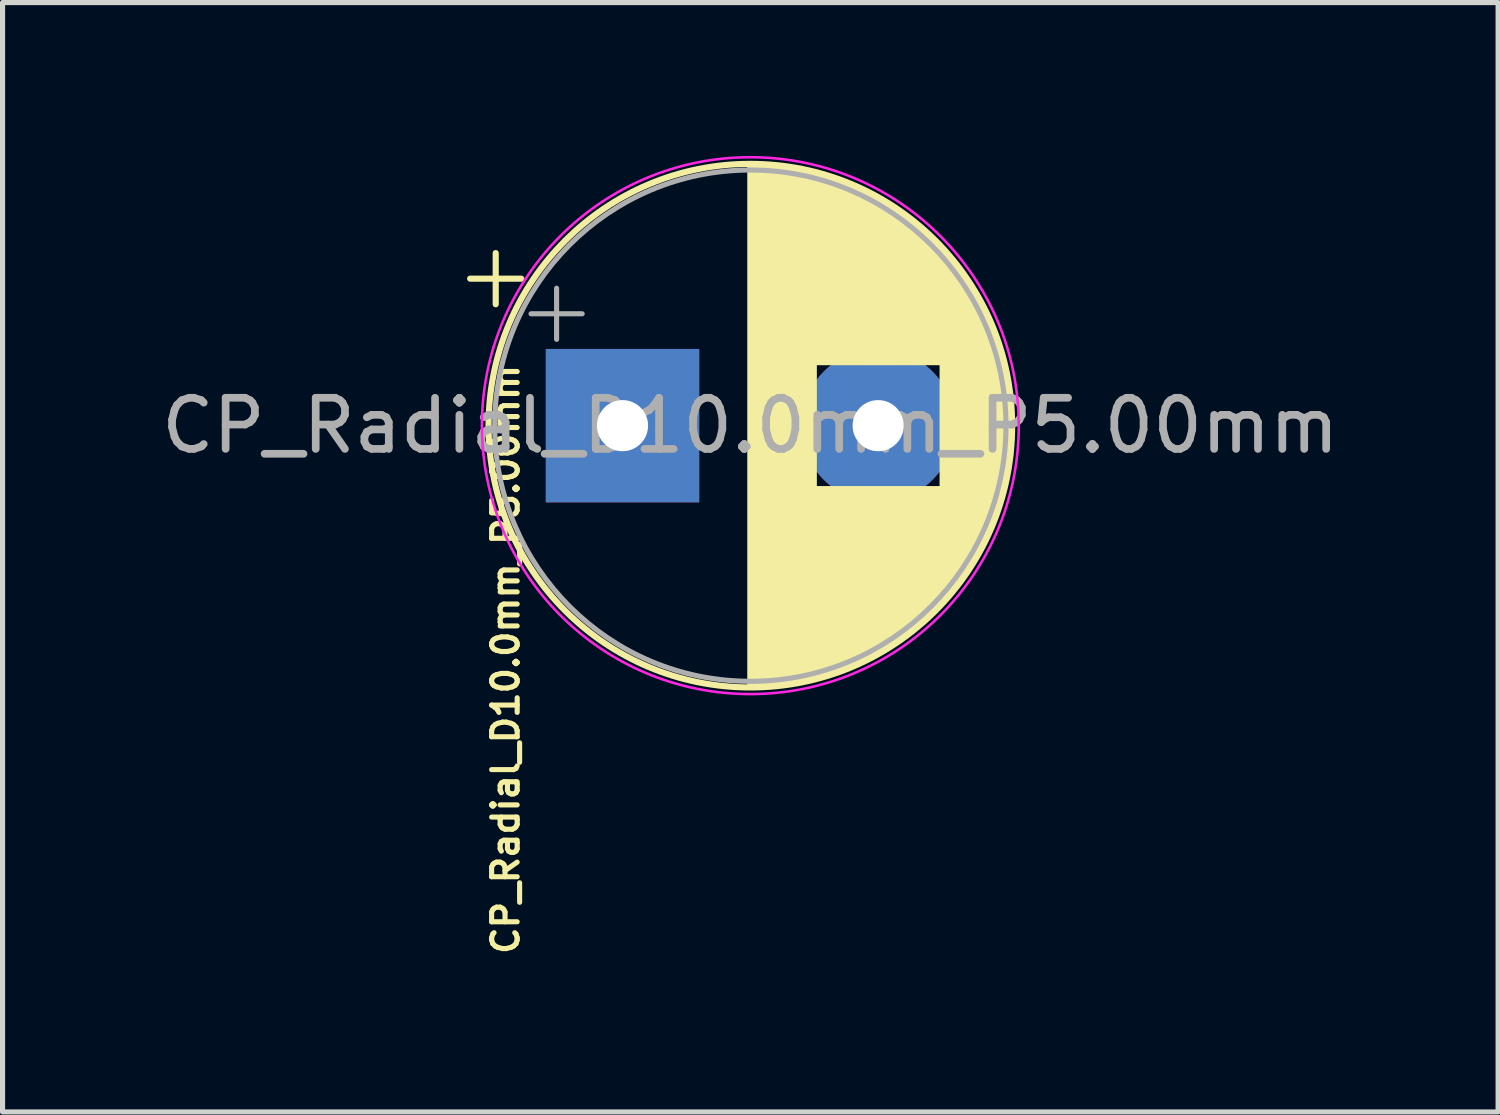
<source format=kicad_pcb>
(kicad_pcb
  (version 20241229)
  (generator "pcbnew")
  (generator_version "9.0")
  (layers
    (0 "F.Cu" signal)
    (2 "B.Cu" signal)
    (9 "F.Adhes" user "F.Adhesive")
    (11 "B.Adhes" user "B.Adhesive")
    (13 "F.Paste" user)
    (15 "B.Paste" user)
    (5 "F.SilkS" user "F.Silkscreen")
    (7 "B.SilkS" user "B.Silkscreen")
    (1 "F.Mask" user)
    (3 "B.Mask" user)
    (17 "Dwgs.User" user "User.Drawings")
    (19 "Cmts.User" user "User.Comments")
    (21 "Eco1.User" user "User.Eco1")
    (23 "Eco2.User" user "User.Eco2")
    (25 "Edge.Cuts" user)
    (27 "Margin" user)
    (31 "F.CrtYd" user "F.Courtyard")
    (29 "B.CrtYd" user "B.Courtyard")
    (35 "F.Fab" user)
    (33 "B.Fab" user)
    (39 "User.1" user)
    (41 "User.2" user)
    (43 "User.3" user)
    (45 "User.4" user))
  (footprint "CP_Radial_D10.0mm_P5.00mm"
    (layer "F.Cu")
    (at 9.125 5.275)
    (property "Reference" "CP_Radial_D10.0mm_P5.00mm" (at -2.286 4.572 90) (layer "F.SilkS") (effects (font (size 0.5 0.5) (thickness 0.1))))
    (attr through_hole)
    (fp_line (start -2.98 -2.875) (end -1.98 -2.875) (stroke (width 0.12) (type solid)) (layer "F.SilkS"))
    (fp_line (start -2.48 -3.375) (end -2.48 -2.375) (stroke (width 0.12) (type solid)) (layer "F.SilkS"))
    (fp_line (start 2.5 -5.08) (end 2.5 5.08) (stroke (width 0.12) (type solid)) (layer "F.SilkS"))
    (fp_line (start 2.54 -5.08) (end 2.54 5.08) (stroke (width 0.12) (type solid)) (layer "F.SilkS"))
    (fp_line (start 2.58 -5.08) (end 2.58 5.08) (stroke (width 0.12) (type solid)) (layer "F.SilkS"))
    (fp_line (start 2.62 -5.079) (end 2.62 5.079) (stroke (width 0.12) (type solid)) (layer "F.SilkS"))
    (fp_line (start 2.66 -5.078) (end 2.66 5.078) (stroke (width 0.12) (type solid)) (layer "F.SilkS"))
    (fp_line (start 2.7 -5.077) (end 2.7 5.077) (stroke (width 0.12) (type solid)) (layer "F.SilkS"))
    (fp_line (start 2.74 -5.075) (end 2.74 5.075) (stroke (width 0.12) (type solid)) (layer "F.SilkS"))
    (fp_line (start 2.78 -5.073) (end 2.78 5.073) (stroke (width 0.12) (type solid)) (layer "F.SilkS"))
    (fp_line (start 2.82 -5.07) (end 2.82 5.07) (stroke (width 0.12) (type solid)) (layer "F.SilkS"))
    (fp_line (start 2.86 -5.068) (end 2.86 5.068) (stroke (width 0.12) (type solid)) (layer "F.SilkS"))
    (fp_line (start 2.9 -5.065) (end 2.9 5.065) (stroke (width 0.12) (type solid)) (layer "F.SilkS"))
    (fp_line (start 2.94 -5.062) (end 2.94 5.062) (stroke (width 0.12) (type solid)) (layer "F.SilkS"))
    (fp_line (start 2.98 -5.058) (end 2.98 5.058) (stroke (width 0.12) (type solid)) (layer "F.SilkS"))
    (fp_line (start 3.02 -5.054) (end 3.02 5.054) (stroke (width 0.12) (type solid)) (layer "F.SilkS"))
    (fp_line (start 3.06 -5.05) (end 3.06 5.05) (stroke (width 0.12) (type solid)) (layer "F.SilkS"))
    (fp_line (start 3.1 -5.045) (end 3.1 5.045) (stroke (width 0.12) (type solid)) (layer "F.SilkS"))
    (fp_line (start 3.14 -5.04) (end 3.14 5.04) (stroke (width 0.12) (type solid)) (layer "F.SilkS"))
    (fp_line (start 3.18 -5.035) (end 3.18 5.035) (stroke (width 0.12) (type solid)) (layer "F.SilkS"))
    (fp_line (start 3.221 -5.03) (end 3.221 5.03) (stroke (width 0.12) (type solid)) (layer "F.SilkS"))
    (fp_line (start 3.261 -5.024) (end 3.261 5.024) (stroke (width 0.12) (type solid)) (layer "F.SilkS"))
    (fp_line (start 3.301 -5.018) (end 3.301 5.018) (stroke (width 0.12) (type solid)) (layer "F.SilkS"))
    (fp_line (start 3.341 -5.011) (end 3.341 5.011) (stroke (width 0.12) (type solid)) (layer "F.SilkS"))
    (fp_line (start 3.381 -5.004) (end 3.381 5.004) (stroke (width 0.12) (type solid)) (layer "F.SilkS"))
    (fp_line (start 3.421 -4.997) (end 3.421 4.997) (stroke (width 0.12) (type solid)) (layer "F.SilkS"))
    (fp_line (start 3.461 -4.99) (end 3.461 4.99) (stroke (width 0.12) (type solid)) (layer "F.SilkS"))
    (fp_line (start 3.501 -4.982) (end 3.501 4.982) (stroke (width 0.12) (type solid)) (layer "F.SilkS"))
    (fp_line (start 3.541 -4.974) (end 3.541 4.974) (stroke (width 0.12) (type solid)) (layer "F.SilkS"))
    (fp_line (start 3.581 -4.965) (end 3.581 4.965) (stroke (width 0.12) (type solid)) (layer "F.SilkS"))
    (fp_line (start 3.621 -4.956) (end 3.621 4.956) (stroke (width 0.12) (type solid)) (layer "F.SilkS"))
    (fp_line (start 3.661 -4.947) (end 3.661 4.947) (stroke (width 0.12) (type solid)) (layer "F.SilkS"))
    (fp_line (start 3.701 -4.938) (end 3.701 4.938) (stroke (width 0.12) (type solid)) (layer "F.SilkS"))
    (fp_line (start 3.741 -4.928) (end 3.741 4.928) (stroke (width 0.12) (type solid)) (layer "F.SilkS"))
    (fp_line (start 3.781 -4.918) (end 3.781 -1.241) (stroke (width 0.12) (type solid)) (layer "F.SilkS"))
    (fp_line (start 3.781 1.241) (end 3.781 4.918) (stroke (width 0.12) (type solid)) (layer "F.SilkS"))
    (fp_line (start 3.821 -4.907) (end 3.821 -1.241) (stroke (width 0.12) (type solid)) (layer "F.SilkS"))
    (fp_line (start 3.821 1.241) (end 3.821 4.907) (stroke (width 0.12) (type solid)) (layer "F.SilkS"))
    (fp_line (start 3.861 -4.897) (end 3.861 -1.241) (stroke (width 0.12) (type solid)) (layer "F.SilkS"))
    (fp_line (start 3.861 1.241) (end 3.861 4.897) (stroke (width 0.12) (type solid)) (layer "F.SilkS"))
    (fp_line (start 3.901 -4.885) (end 3.901 -1.241) (stroke (width 0.12) (type solid)) (layer "F.SilkS"))
    (fp_line (start 3.901 1.241) (end 3.901 4.885) (stroke (width 0.12) (type solid)) (layer "F.SilkS"))
    (fp_line (start 3.941 -4.874) (end 3.941 -1.241) (stroke (width 0.12) (type solid)) (layer "F.SilkS"))
    (fp_line (start 3.941 1.241) (end 3.941 4.874) (stroke (width 0.12) (type solid)) (layer "F.SilkS"))
    (fp_line (start 3.981 -4.862) (end 3.981 -1.241) (stroke (width 0.12) (type solid)) (layer "F.SilkS"))
    (fp_line (start 3.981 1.241) (end 3.981 4.862) (stroke (width 0.12) (type solid)) (layer "F.SilkS"))
    (fp_line (start 4.021 -4.85) (end 4.021 -1.241) (stroke (width 0.12) (type solid)) (layer "F.SilkS"))
    (fp_line (start 4.021 1.241) (end 4.021 4.85) (stroke (width 0.12) (type solid)) (layer "F.SilkS"))
    (fp_line (start 4.061 -4.837) (end 4.061 -1.241) (stroke (width 0.12) (type solid)) (layer "F.SilkS"))
    (fp_line (start 4.061 1.241) (end 4.061 4.837) (stroke (width 0.12) (type solid)) (layer "F.SilkS"))
    (fp_line (start 4.101 -4.824) (end 4.101 -1.241) (stroke (width 0.12) (type solid)) (layer "F.SilkS"))
    (fp_line (start 4.101 1.241) (end 4.101 4.824) (stroke (width 0.12) (type solid)) (layer "F.SilkS"))
    (fp_line (start 4.141 -4.811) (end 4.141 -1.241) (stroke (width 0.12) (type solid)) (layer "F.SilkS"))
    (fp_line (start 4.141 1.241) (end 4.141 4.811) (stroke (width 0.12) (type solid)) (layer "F.SilkS"))
    (fp_line (start 4.181 -4.797) (end 4.181 -1.241) (stroke (width 0.12) (type solid)) (layer "F.SilkS"))
    (fp_line (start 4.181 1.241) (end 4.181 4.797) (stroke (width 0.12) (type solid)) (layer "F.SilkS"))
    (fp_line (start 4.221 -4.783) (end 4.221 -1.241) (stroke (width 0.12) (type solid)) (layer "F.SilkS"))
    (fp_line (start 4.221 1.241) (end 4.221 4.783) (stroke (width 0.12) (type solid)) (layer "F.SilkS"))
    (fp_line (start 4.261 -4.768) (end 4.261 -1.241) (stroke (width 0.12) (type solid)) (layer "F.SilkS"))
    (fp_line (start 4.261 1.241) (end 4.261 4.768) (stroke (width 0.12) (type solid)) (layer "F.SilkS"))
    (fp_line (start 4.301 -4.754) (end 4.301 -1.241) (stroke (width 0.12) (type solid)) (layer "F.SilkS"))
    (fp_line (start 4.301 1.241) (end 4.301 4.754) (stroke (width 0.12) (type solid)) (layer "F.SilkS"))
    (fp_line (start 4.341 -4.738) (end 4.341 -1.241) (stroke (width 0.12) (type solid)) (layer "F.SilkS"))
    (fp_line (start 4.341 1.241) (end 4.341 4.738) (stroke (width 0.12) (type solid)) (layer "F.SilkS"))
    (fp_line (start 4.381 -4.723) (end 4.381 -1.241) (stroke (width 0.12) (type solid)) (layer "F.SilkS"))
    (fp_line (start 4.381 1.241) (end 4.381 4.723) (stroke (width 0.12) (type solid)) (layer "F.SilkS"))
    (fp_line (start 4.421 -4.707) (end 4.421 -1.241) (stroke (width 0.12) (type solid)) (layer "F.SilkS"))
    (fp_line (start 4.421 1.241) (end 4.421 4.707) (stroke (width 0.12) (type solid)) (layer "F.SilkS"))
    (fp_line (start 4.461 -4.69) (end 4.461 -1.241) (stroke (width 0.12) (type solid)) (layer "F.SilkS"))
    (fp_line (start 4.461 1.241) (end 4.461 4.69) (stroke (width 0.12) (type solid)) (layer "F.SilkS"))
    (fp_line (start 4.501 -4.674) (end 4.501 -1.241) (stroke (width 0.12) (type solid)) (layer "F.SilkS"))
    (fp_line (start 4.501 1.241) (end 4.501 4.674) (stroke (width 0.12) (type solid)) (layer "F.SilkS"))
    (fp_line (start 4.541 -4.657) (end 4.541 -1.241) (stroke (width 0.12) (type solid)) (layer "F.SilkS"))
    (fp_line (start 4.541 1.241) (end 4.541 4.657) (stroke (width 0.12) (type solid)) (layer "F.SilkS"))
    (fp_line (start 4.581 -4.639) (end 4.581 -1.241) (stroke (width 0.12) (type solid)) (layer "F.SilkS"))
    (fp_line (start 4.581 1.241) (end 4.581 4.639) (stroke (width 0.12) (type solid)) (layer "F.SilkS"))
    (fp_line (start 4.621 -4.621) (end 4.621 -1.241) (stroke (width 0.12) (type solid)) (layer "F.SilkS"))
    (fp_line (start 4.621 1.241) (end 4.621 4.621) (stroke (width 0.12) (type solid)) (layer "F.SilkS"))
    (fp_line (start 4.661 -4.603) (end 4.661 -1.241) (stroke (width 0.12) (type solid)) (layer "F.SilkS"))
    (fp_line (start 4.661 1.241) (end 4.661 4.603) (stroke (width 0.12) (type solid)) (layer "F.SilkS"))
    (fp_line (start 4.701 -4.584) (end 4.701 -1.241) (stroke (width 0.12) (type solid)) (layer "F.SilkS"))
    (fp_line (start 4.701 1.241) (end 4.701 4.584) (stroke (width 0.12) (type solid)) (layer "F.SilkS"))
    (fp_line (start 4.741 -4.564) (end 4.741 -1.241) (stroke (width 0.12) (type solid)) (layer "F.SilkS"))
    (fp_line (start 4.741 1.241) (end 4.741 4.564) (stroke (width 0.12) (type solid)) (layer "F.SilkS"))
    (fp_line (start 4.781 -4.545) (end 4.781 -1.241) (stroke (width 0.12) (type solid)) (layer "F.SilkS"))
    (fp_line (start 4.781 1.241) (end 4.781 4.545) (stroke (width 0.12) (type solid)) (layer "F.SilkS"))
    (fp_line (start 4.821 -4.525) (end 4.821 -1.241) (stroke (width 0.12) (type solid)) (layer "F.SilkS"))
    (fp_line (start 4.821 1.241) (end 4.821 4.525) (stroke (width 0.12) (type solid)) (layer "F.SilkS"))
    (fp_line (start 4.861 -4.504) (end 4.861 -1.241) (stroke (width 0.12) (type solid)) (layer "F.SilkS"))
    (fp_line (start 4.861 1.241) (end 4.861 4.504) (stroke (width 0.12) (type solid)) (layer "F.SilkS"))
    (fp_line (start 4.901 -4.483) (end 4.901 -1.241) (stroke (width 0.12) (type solid)) (layer "F.SilkS"))
    (fp_line (start 4.901 1.241) (end 4.901 4.483) (stroke (width 0.12) (type solid)) (layer "F.SilkS"))
    (fp_line (start 4.941 -4.462) (end 4.941 -1.241) (stroke (width 0.12) (type solid)) (layer "F.SilkS"))
    (fp_line (start 4.941 1.241) (end 4.941 4.462) (stroke (width 0.12) (type solid)) (layer "F.SilkS"))
    (fp_line (start 4.981 -4.44) (end 4.981 -1.241) (stroke (width 0.12) (type solid)) (layer "F.SilkS"))
    (fp_line (start 4.981 1.241) (end 4.981 4.44) (stroke (width 0.12) (type solid)) (layer "F.SilkS"))
    (fp_line (start 5.021 -4.417) (end 5.021 -1.241) (stroke (width 0.12) (type solid)) (layer "F.SilkS"))
    (fp_line (start 5.021 1.241) (end 5.021 4.417) (stroke (width 0.12) (type solid)) (layer "F.SilkS"))
    (fp_line (start 5.061 -4.395) (end 5.061 -1.241) (stroke (width 0.12) (type solid)) (layer "F.SilkS"))
    (fp_line (start 5.061 1.241) (end 5.061 4.395) (stroke (width 0.12) (type solid)) (layer "F.SilkS"))
    (fp_line (start 5.101 -4.371) (end 5.101 -1.241) (stroke (width 0.12) (type solid)) (layer "F.SilkS"))
    (fp_line (start 5.101 1.241) (end 5.101 4.371) (stroke (width 0.12) (type solid)) (layer "F.SilkS"))
    (fp_line (start 5.141 -4.347) (end 5.141 -1.241) (stroke (width 0.12) (type solid)) (layer "F.SilkS"))
    (fp_line (start 5.141 1.241) (end 5.141 4.347) (stroke (width 0.12) (type solid)) (layer "F.SilkS"))
    (fp_line (start 5.181 -4.323) (end 5.181 -1.241) (stroke (width 0.12) (type solid)) (layer "F.SilkS"))
    (fp_line (start 5.181 1.241) (end 5.181 4.323) (stroke (width 0.12) (type solid)) (layer "F.SilkS"))
    (fp_line (start 5.221 -4.298) (end 5.221 -1.241) (stroke (width 0.12) (type solid)) (layer "F.SilkS"))
    (fp_line (start 5.221 1.241) (end 5.221 4.298) (stroke (width 0.12) (type solid)) (layer "F.SilkS"))
    (fp_line (start 5.261 -4.273) (end 5.261 -1.241) (stroke (width 0.12) (type solid)) (layer "F.SilkS"))
    (fp_line (start 5.261 1.241) (end 5.261 4.273) (stroke (width 0.12) (type solid)) (layer "F.SilkS"))
    (fp_line (start 5.301 -4.247) (end 5.301 -1.241) (stroke (width 0.12) (type solid)) (layer "F.SilkS"))
    (fp_line (start 5.301 1.241) (end 5.301 4.247) (stroke (width 0.12) (type solid)) (layer "F.SilkS"))
    (fp_line (start 5.341 -4.221) (end 5.341 -1.241) (stroke (width 0.12) (type solid)) (layer "F.SilkS"))
    (fp_line (start 5.341 1.241) (end 5.341 4.221) (stroke (width 0.12) (type solid)) (layer "F.SilkS"))
    (fp_line (start 5.381 -4.194) (end 5.381 -1.241) (stroke (width 0.12) (type solid)) (layer "F.SilkS"))
    (fp_line (start 5.381 1.241) (end 5.381 4.194) (stroke (width 0.12) (type solid)) (layer "F.SilkS"))
    (fp_line (start 5.421 -4.166) (end 5.421 -1.241) (stroke (width 0.12) (type solid)) (layer "F.SilkS"))
    (fp_line (start 5.421 1.241) (end 5.421 4.166) (stroke (width 0.12) (type solid)) (layer "F.SilkS"))
    (fp_line (start 5.461 -4.138) (end 5.461 -1.241) (stroke (width 0.12) (type solid)) (layer "F.SilkS"))
    (fp_line (start 5.461 1.241) (end 5.461 4.138) (stroke (width 0.12) (type solid)) (layer "F.SilkS"))
    (fp_line (start 5.501 -4.11) (end 5.501 -1.241) (stroke (width 0.12) (type solid)) (layer "F.SilkS"))
    (fp_line (start 5.501 1.241) (end 5.501 4.11) (stroke (width 0.12) (type solid)) (layer "F.SilkS"))
    (fp_line (start 5.541 -4.08) (end 5.541 -1.241) (stroke (width 0.12) (type solid)) (layer "F.SilkS"))
    (fp_line (start 5.541 1.241) (end 5.541 4.08) (stroke (width 0.12) (type solid)) (layer "F.SilkS"))
    (fp_line (start 5.581 -4.05) (end 5.581 -1.241) (stroke (width 0.12) (type solid)) (layer "F.SilkS"))
    (fp_line (start 5.581 1.241) (end 5.581 4.05) (stroke (width 0.12) (type solid)) (layer "F.SilkS"))
    (fp_line (start 5.621 -4.02) (end 5.621 -1.241) (stroke (width 0.12) (type solid)) (layer "F.SilkS"))
    (fp_line (start 5.621 1.241) (end 5.621 4.02) (stroke (width 0.12) (type solid)) (layer "F.SilkS"))
    (fp_line (start 5.661 -3.989) (end 5.661 -1.241) (stroke (width 0.12) (type solid)) (layer "F.SilkS"))
    (fp_line (start 5.661 1.241) (end 5.661 3.989) (stroke (width 0.12) (type solid)) (layer "F.SilkS"))
    (fp_line (start 5.701 -3.957) (end 5.701 -1.241) (stroke (width 0.12) (type solid)) (layer "F.SilkS"))
    (fp_line (start 5.701 1.241) (end 5.701 3.957) (stroke (width 0.12) (type solid)) (layer "F.SilkS"))
    (fp_line (start 5.741 -3.925) (end 5.741 -1.241) (stroke (width 0.12) (type solid)) (layer "F.SilkS"))
    (fp_line (start 5.741 1.241) (end 5.741 3.925) (stroke (width 0.12) (type solid)) (layer "F.SilkS"))
    (fp_line (start 5.781 -3.892) (end 5.781 -1.241) (stroke (width 0.12) (type solid)) (layer "F.SilkS"))
    (fp_line (start 5.781 1.241) (end 5.781 3.892) (stroke (width 0.12) (type solid)) (layer "F.SilkS"))
    (fp_line (start 5.821 -3.858) (end 5.821 -1.241) (stroke (width 0.12) (type solid)) (layer "F.SilkS"))
    (fp_line (start 5.821 1.241) (end 5.821 3.858) (stroke (width 0.12) (type solid)) (layer "F.SilkS"))
    (fp_line (start 5.861 -3.824) (end 5.861 -1.241) (stroke (width 0.12) (type solid)) (layer "F.SilkS"))
    (fp_line (start 5.861 1.241) (end 5.861 3.824) (stroke (width 0.12) (type solid)) (layer "F.SilkS"))
    (fp_line (start 5.901 -3.789) (end 5.901 -1.241) (stroke (width 0.12) (type solid)) (layer "F.SilkS"))
    (fp_line (start 5.901 1.241) (end 5.901 3.789) (stroke (width 0.12) (type solid)) (layer "F.SilkS"))
    (fp_line (start 5.941 -3.753) (end 5.941 -1.241) (stroke (width 0.12) (type solid)) (layer "F.SilkS"))
    (fp_line (start 5.941 1.241) (end 5.941 3.753) (stroke (width 0.12) (type solid)) (layer "F.SilkS"))
    (fp_line (start 5.981 -3.716) (end 5.981 -1.241) (stroke (width 0.12) (type solid)) (layer "F.SilkS"))
    (fp_line (start 5.981 1.241) (end 5.981 3.716) (stroke (width 0.12) (type solid)) (layer "F.SilkS"))
    (fp_line (start 6.021 -3.679) (end 6.021 -1.241) (stroke (width 0.12) (type solid)) (layer "F.SilkS"))
    (fp_line (start 6.021 1.241) (end 6.021 3.679) (stroke (width 0.12) (type solid)) (layer "F.SilkS"))
    (fp_line (start 6.061 -3.64) (end 6.061 -1.241) (stroke (width 0.12) (type solid)) (layer "F.SilkS"))
    (fp_line (start 6.061 1.241) (end 6.061 3.64) (stroke (width 0.12) (type solid)) (layer "F.SilkS"))
    (fp_line (start 6.101 -3.601) (end 6.101 -1.241) (stroke (width 0.12) (type solid)) (layer "F.SilkS"))
    (fp_line (start 6.101 1.241) (end 6.101 3.601) (stroke (width 0.12) (type solid)) (layer "F.SilkS"))
    (fp_line (start 6.141 -3.561) (end 6.141 -1.241) (stroke (width 0.12) (type solid)) (layer "F.SilkS"))
    (fp_line (start 6.141 1.241) (end 6.141 3.561) (stroke (width 0.12) (type solid)) (layer "F.SilkS"))
    (fp_line (start 6.181 -3.52) (end 6.181 -1.241) (stroke (width 0.12) (type solid)) (layer "F.SilkS"))
    (fp_line (start 6.181 1.241) (end 6.181 3.52) (stroke (width 0.12) (type solid)) (layer "F.SilkS"))
    (fp_line (start 6.221 -3.478) (end 6.221 -1.241) (stroke (width 0.12) (type solid)) (layer "F.SilkS"))
    (fp_line (start 6.221 1.241) (end 6.221 3.478) (stroke (width 0.12) (type solid)) (layer "F.SilkS"))
    (fp_line (start 6.261 -3.436) (end 6.261 3.436) (stroke (width 0.12) (type solid)) (layer "F.SilkS"))
    (fp_line (start 6.301 -3.392) (end 6.301 3.392) (stroke (width 0.12) (type solid)) (layer "F.SilkS"))
    (fp_line (start 6.341 -3.347) (end 6.341 3.347) (stroke (width 0.12) (type solid)) (layer "F.SilkS"))
    (fp_line (start 6.381 -3.301) (end 6.381 3.301) (stroke (width 0.12) (type solid)) (layer "F.SilkS"))
    (fp_line (start 6.421 -3.254) (end 6.421 3.254) (stroke (width 0.12) (type solid)) (layer "F.SilkS"))
    (fp_line (start 6.461 -3.206) (end 6.461 3.206) (stroke (width 0.12) (type solid)) (layer "F.SilkS"))
    (fp_line (start 6.501 -3.156) (end 6.501 3.156) (stroke (width 0.12) (type solid)) (layer "F.SilkS"))
    (fp_line (start 6.541 -3.106) (end 6.541 3.106) (stroke (width 0.12) (type solid)) (layer "F.SilkS"))
    (fp_line (start 6.581 -3.054) (end 6.581 3.054) (stroke (width 0.12) (type solid)) (layer "F.SilkS"))
    (fp_line (start 6.621 -3) (end 6.621 3) (stroke (width 0.12) (type solid)) (layer "F.SilkS"))
    (fp_line (start 6.661 -2.945) (end 6.661 2.945) (stroke (width 0.12) (type solid)) (layer "F.SilkS"))
    (fp_line (start 6.701 -2.889) (end 6.701 2.889) (stroke (width 0.12) (type solid)) (layer "F.SilkS"))
    (fp_line (start 6.741 -2.83) (end 6.741 2.83) (stroke (width 0.12) (type solid)) (layer "F.SilkS"))
    (fp_line (start 6.781 -2.77) (end 6.781 2.77) (stroke (width 0.12) (type solid)) (layer "F.SilkS"))
    (fp_line (start 6.821 -2.709) (end 6.821 2.709) (stroke (width 0.12) (type solid)) (layer "F.SilkS"))
    (fp_line (start 6.861 -2.645) (end 6.861 2.645) (stroke (width 0.12) (type solid)) (layer "F.SilkS"))
    (fp_line (start 6.901 -2.579) (end 6.901 2.579) (stroke (width 0.12) (type solid)) (layer "F.SilkS"))
    (fp_line (start 6.941 -2.51) (end 6.941 2.51) (stroke (width 0.12) (type solid)) (layer "F.SilkS"))
    (fp_line (start 6.981 -2.439) (end 6.981 2.439) (stroke (width 0.12) (type solid)) (layer "F.SilkS"))
    (fp_line (start 7.021 -2.365) (end 7.021 2.365) (stroke (width 0.12) (type solid)) (layer "F.SilkS"))
    (fp_line (start 7.061 -2.289) (end 7.061 2.289) (stroke (width 0.12) (type solid)) (layer "F.SilkS"))
    (fp_line (start 7.101 -2.209) (end 7.101 2.209) (stroke (width 0.12) (type solid)) (layer "F.SilkS"))
    (fp_line (start 7.141 -2.125) (end 7.141 2.125) (stroke (width 0.12) (type solid)) (layer "F.SilkS"))
    (fp_line (start 7.181 -2.037) (end 7.181 2.037) (stroke (width 0.12) (type solid)) (layer "F.SilkS"))
    (fp_line (start 7.221 -1.944) (end 7.221 1.944) (stroke (width 0.12) (type solid)) (layer "F.SilkS"))
    (fp_line (start 7.261 -1.846) (end 7.261 1.846) (stroke (width 0.12) (type solid)) (layer "F.SilkS"))
    (fp_line (start 7.301 -1.742) (end 7.301 1.742) (stroke (width 0.12) (type solid)) (layer "F.SilkS"))
    (fp_line (start 7.341 -1.63) (end 7.341 1.63) (stroke (width 0.12) (type solid)) (layer "F.SilkS"))
    (fp_line (start 7.381 -1.51) (end 7.381 1.51) (stroke (width 0.12) (type solid)) (layer "F.SilkS"))
    (fp_line (start 7.421 -1.378) (end 7.421 1.378) (stroke (width 0.12) (type solid)) (layer "F.SilkS"))
    (fp_line (start 7.461 -1.23) (end 7.461 1.23) (stroke (width 0.12) (type solid)) (layer "F.SilkS"))
    (fp_line (start 7.501 -1.062) (end 7.501 1.062) (stroke (width 0.12) (type solid)) (layer "F.SilkS"))
    (fp_line (start 7.541 -0.862) (end 7.541 0.862) (stroke (width 0.12) (type solid)) (layer "F.SilkS"))
    (fp_line (start 7.581 -0.599) (end 7.581 0.599) (stroke (width 0.12) (type solid)) (layer "F.SilkS"))
    (fp_circle (center 2.5 0) (end 7.62 0) (stroke (width 0.12) (type solid)) (fill no) (layer "F.SilkS"))
    (fp_circle (center 2.5 0) (end 7.75 0) (stroke (width 0.05) (type solid)) (fill no) (layer "F.CrtYd"))
    (fp_line (start -1.789 -2.188) (end -0.789 -2.188) (stroke (width 0.1) (type solid)) (layer "F.Fab"))
    (fp_line (start -1.289 -2.688) (end -1.289 -1.688) (stroke (width 0.1) (type solid)) (layer "F.Fab"))
    (fp_circle (center 2.5 0) (end 7.5 0) (stroke (width 0.1) (type solid)) (fill no) (layer "F.Fab"))
    (fp_text user "${REFERENCE}" (at 2.5 0 0) (layer "F.Fab") (effects (font (size 1 1) (thickness 0.15))))
    (pad "1" thru_hole rect (at 0 0) (size 3 3) (drill 1) (layers "*.Cu" "*.Mask"))
    (pad "2" thru_hole circle (at 5 0) (size 3 3) (drill 1) (layers "*.Cu" "*.Mask")))
  (gr_rect
    (start -3 -3)
    (end 26.25 18.697)
    (stroke (width 0.1) (type default))
    (fill no)
    (layer "Edge.Cuts")))
</source>
